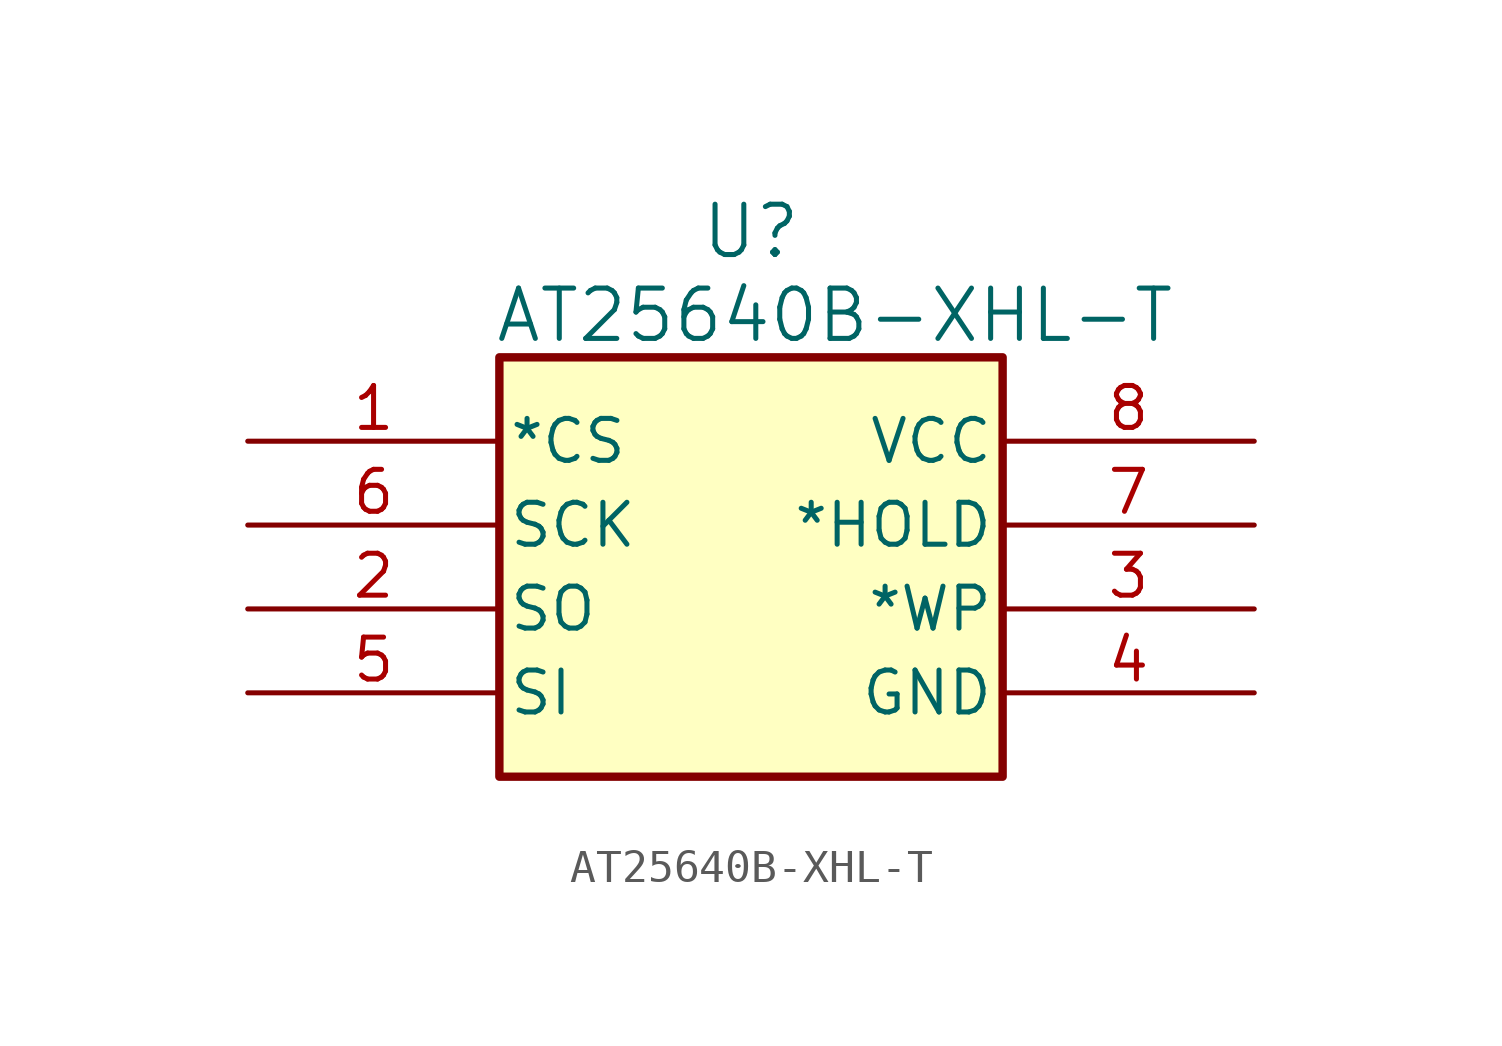
<source format=kicad_sym>
(kicad_symbol_lib
  (version 20220914)
  (generator kicad_symbol_editor)
  (symbol "AT25640B-XHL-T"
    (pin_names
      (offset 0.254))
    (property "Reference" "U"
      (at 0 10.16 0)
      (effects (font (size 1.524 1.524))))
    (property "Value" "AT25640B-XHL-T"
      (at 2.54 7.62 0)
      (effects (font (size 1.524 1.524))))
    (symbol "AT25640B-XHL-T_0_1"
      (pin unspecified line (at -15.24 3.81 0) (length 7.62) (name "*CS" (effects (font (size 1.27 1.27)))) (number "1" (effects (font (size 1.27 1.27)))))
      (pin output line (at -15.24 -1.27 0) (length 7.62) (name "SO" (effects (font (size 1.27 1.27)))) (number "2" (effects (font (size 1.27 1.27)))))
      (pin unspecified line (at 15.24 -1.27 180) (length 7.62) (name "*WP" (effects (font (size 1.27 1.27)))) (number "3" (effects (font (size 1.27 1.27)))))
      (pin power_in line (at 15.24 -3.81 180) (length 7.62) (name "GND" (effects (font (size 1.27 1.27)))) (number "4" (effects (font (size 1.27 1.27)))))
      (pin input line (at -15.24 -3.81 0) (length 7.62) (name "SI" (effects (font (size 1.27 1.27)))) (number "5" (effects (font (size 1.27 1.27)))))
      (pin unspecified line (at -15.24 1.27 0) (length 7.62) (name "SCK" (effects (font (size 1.27 1.27)))) (number "6" (effects (font (size 1.27 1.27)))))
      (pin input line (at 15.24 1.27 180) (length 7.62) (name "*HOLD" (effects (font (size 1.27 1.27)))) (number "7" (effects (font (size 1.27 1.27)))))
      (pin power_in line (at 15.24 3.81 180) (length 7.62) (name "VCC" (effects (font (size 1.27 1.27)))) (number "8" (effects (font (size 1.27 1.27))))))
    (symbol "AT25640B-XHL-T_1_1"
      (rectangle (start -7.62 6.35) (end 7.62 -6.35) (stroke (width 0.254) (type default)) (fill (type background))))))
</source>
